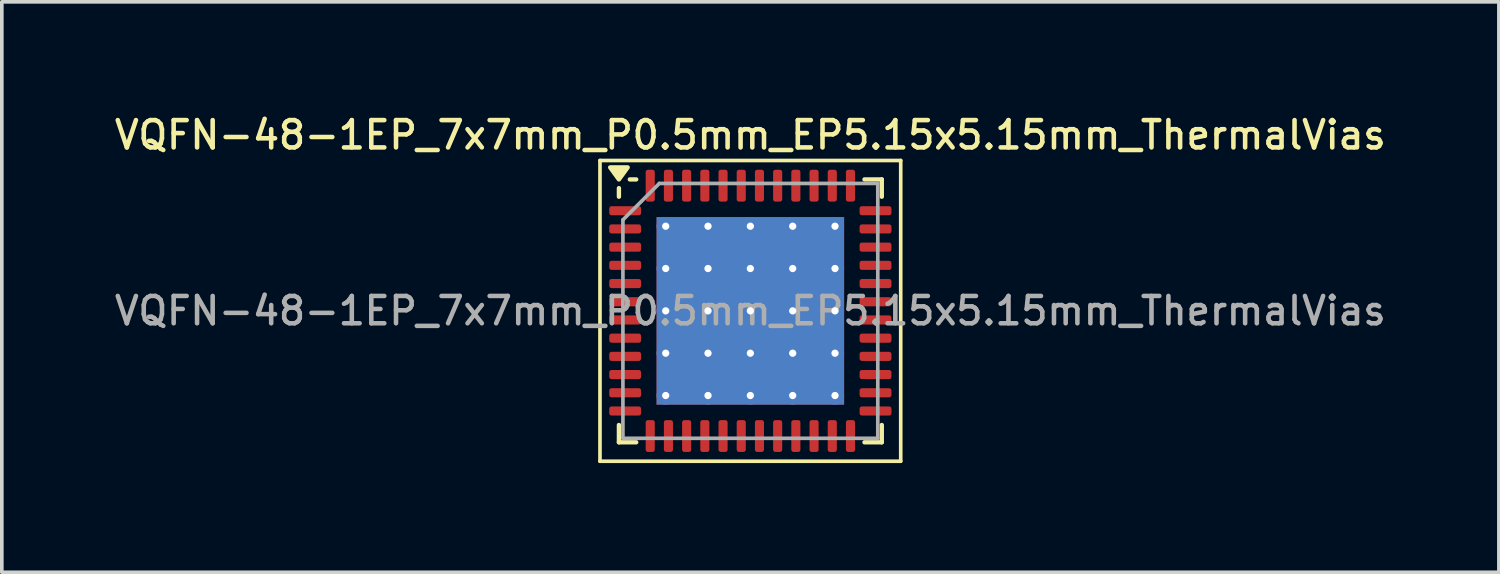
<source format=kicad_pcb>
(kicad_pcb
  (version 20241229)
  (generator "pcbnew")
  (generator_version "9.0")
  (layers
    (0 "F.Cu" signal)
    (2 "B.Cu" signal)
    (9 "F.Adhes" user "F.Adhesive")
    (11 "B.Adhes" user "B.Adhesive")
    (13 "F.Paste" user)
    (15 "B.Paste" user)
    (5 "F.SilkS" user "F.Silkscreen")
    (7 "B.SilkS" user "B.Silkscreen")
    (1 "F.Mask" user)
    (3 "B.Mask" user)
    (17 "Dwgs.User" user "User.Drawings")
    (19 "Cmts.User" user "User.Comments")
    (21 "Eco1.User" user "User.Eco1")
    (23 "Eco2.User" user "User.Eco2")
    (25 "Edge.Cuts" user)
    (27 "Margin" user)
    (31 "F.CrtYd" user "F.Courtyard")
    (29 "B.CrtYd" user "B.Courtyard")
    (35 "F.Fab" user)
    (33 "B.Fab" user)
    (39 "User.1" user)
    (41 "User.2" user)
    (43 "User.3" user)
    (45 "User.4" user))
  (footprint "VQFN-48-1EP_7x7mm_P0.5mm_EP5.15x5.15mm_ThermalVias"
    (layer "F.Cu")
    (at 17.559 5.488)
    (property "Reference" "VQFN-48-1EP_7x7mm_P0.5mm_EP5.15x5.15mm_ThermalVias" (at 0 -4.83 0) (layer "F.SilkS") (effects (font (size 0.75 0.75) (thickness 0.125))))
    (attr smd)
    (fp_line (start -4.13 -4.13) (end -4.13 4.13) (stroke (width 0.1) (type solid)) (layer "F.SilkS"))
    (fp_line (start -4.13 4.13) (end 4.13 4.13) (stroke (width 0.1) (type solid)) (layer "F.SilkS"))
    (fp_line (start -3.61 -3.135) (end -3.61 -3.37) (stroke (width 0.12) (type solid)) (layer "F.SilkS"))
    (fp_line (start -3.61 3.61) (end -3.61 3.135) (stroke (width 0.12) (type solid)) (layer "F.SilkS"))
    (fp_line (start -3.135 -3.61) (end -3.31 -3.61) (stroke (width 0.12) (type solid)) (layer "F.SilkS"))
    (fp_line (start -3.135 3.61) (end -3.61 3.61) (stroke (width 0.12) (type solid)) (layer "F.SilkS"))
    (fp_line (start 3.135 -3.61) (end 3.61 -3.61) (stroke (width 0.12) (type solid)) (layer "F.SilkS"))
    (fp_line (start 3.135 3.61) (end 3.61 3.61) (stroke (width 0.12) (type solid)) (layer "F.SilkS"))
    (fp_line (start 3.61 -3.61) (end 3.61 -3.135) (stroke (width 0.12) (type solid)) (layer "F.SilkS"))
    (fp_line (start 3.61 3.61) (end 3.61 3.135) (stroke (width 0.12) (type solid)) (layer "F.SilkS"))
    (fp_line (start 4.13 -4.13) (end -4.13 -4.13) (stroke (width 0.1) (type solid)) (layer "F.SilkS"))
    (fp_line (start 4.13 4.13) (end 4.13 -4.13) (stroke (width 0.1) (type solid)) (layer "F.SilkS"))
    (fp_poly (pts (xy -3.61 -3.61) (xy -3.85 -3.94) (xy -3.37 -3.94) (xy -3.61 -3.61)) (stroke (width 0.12) (type solid)) (fill yes) (layer "F.SilkS"))
    (fp_line (start -3.5 -2.5) (end -2.5 -3.5) (stroke (width 0.1) (type solid)) (layer "F.Fab"))
    (fp_line (start -3.5 3.5) (end -3.5 -2.5) (stroke (width 0.1) (type solid)) (layer "F.Fab"))
    (fp_line (start -2.5 -3.5) (end 3.5 -3.5) (stroke (width 0.1) (type solid)) (layer "F.Fab"))
    (fp_line (start 3.5 -3.5) (end 3.5 3.5) (stroke (width 0.1) (type solid)) (layer "F.Fab"))
    (fp_line (start 3.5 3.5) (end -3.5 3.5) (stroke (width 0.1) (type solid)) (layer "F.Fab"))
    (fp_text user "${REFERENCE}" (at 0 0 0) (layer "F.Fab") (effects (font (size 0.75 0.75) (thickness 0.125))))
    (pad "" smd roundrect (at -1.29 -1.29) (size 2.08 2.08) (layers "F.Paste") (roundrect_rratio 0.12))
    (pad "" smd roundrect (at -1.29 1.29) (size 2.08 2.08) (layers "F.Paste") (roundrect_rratio 0.12))
    (pad "" smd roundrect (at 1.29 -1.29) (size 2.08 2.08) (layers "F.Paste") (roundrect_rratio 0.12))
    (pad "" smd roundrect (at 1.29 1.29) (size 2.08 2.08) (layers "F.Paste") (roundrect_rratio 0.12))
    (pad "1" smd roundrect (at -3.438 -2.75) (size 0.875 0.25) (layers "F.Cu" "F.Mask" "F.Paste") (roundrect_rratio 0.25))
    (pad "2" smd roundrect (at -3.438 -2.25) (size 0.875 0.25) (layers "F.Cu" "F.Mask" "F.Paste") (roundrect_rratio 0.25))
    (pad "3" smd roundrect (at -3.438 -1.75) (size 0.875 0.25) (layers "F.Cu" "F.Mask" "F.Paste") (roundrect_rratio 0.25))
    (pad "4" smd roundrect (at -3.438 -1.25) (size 0.875 0.25) (layers "F.Cu" "F.Mask" "F.Paste") (roundrect_rratio 0.25))
    (pad "5" smd roundrect (at -3.438 -0.75) (size 0.875 0.25) (layers "F.Cu" "F.Mask" "F.Paste") (roundrect_rratio 0.25))
    (pad "6" smd roundrect (at -3.438 -0.25) (size 0.875 0.25) (layers "F.Cu" "F.Mask" "F.Paste") (roundrect_rratio 0.25))
    (pad "7" smd roundrect (at -3.438 0.25) (size 0.875 0.25) (layers "F.Cu" "F.Mask" "F.Paste") (roundrect_rratio 0.25))
    (pad "8" smd roundrect (at -3.438 0.75) (size 0.875 0.25) (layers "F.Cu" "F.Mask" "F.Paste") (roundrect_rratio 0.25))
    (pad "9" smd roundrect (at -3.438 1.25) (size 0.875 0.25) (layers "F.Cu" "F.Mask" "F.Paste") (roundrect_rratio 0.25))
    (pad "10" smd roundrect (at -3.438 1.75) (size 0.875 0.25) (layers "F.Cu" "F.Mask" "F.Paste") (roundrect_rratio 0.25))
    (pad "11" smd roundrect (at -3.438 2.25) (size 0.875 0.25) (layers "F.Cu" "F.Mask" "F.Paste") (roundrect_rratio 0.25))
    (pad "12" smd roundrect (at -3.438 2.75) (size 0.875 0.25) (layers "F.Cu" "F.Mask" "F.Paste") (roundrect_rratio 0.25))
    (pad "13" smd roundrect (at -2.75 3.438) (size 0.25 0.875) (layers "F.Cu" "F.Mask" "F.Paste") (roundrect_rratio 0.25))
    (pad "14" smd roundrect (at -2.25 3.438) (size 0.25 0.875) (layers "F.Cu" "F.Mask" "F.Paste") (roundrect_rratio 0.25))
    (pad "15" smd roundrect (at -1.75 3.438) (size 0.25 0.875) (layers "F.Cu" "F.Mask" "F.Paste") (roundrect_rratio 0.25))
    (pad "16" smd roundrect (at -1.25 3.438) (size 0.25 0.875) (layers "F.Cu" "F.Mask" "F.Paste") (roundrect_rratio 0.25))
    (pad "17" smd roundrect (at -0.75 3.438) (size 0.25 0.875) (layers "F.Cu" "F.Mask" "F.Paste") (roundrect_rratio 0.25))
    (pad "18" smd roundrect (at -0.25 3.438) (size 0.25 0.875) (layers "F.Cu" "F.Mask" "F.Paste") (roundrect_rratio 0.25))
    (pad "19" smd roundrect (at 0.25 3.438) (size 0.25 0.875) (layers "F.Cu" "F.Mask" "F.Paste") (roundrect_rratio 0.25))
    (pad "20" smd roundrect (at 0.75 3.438) (size 0.25 0.875) (layers "F.Cu" "F.Mask" "F.Paste") (roundrect_rratio 0.25))
    (pad "21" smd roundrect (at 1.25 3.438) (size 0.25 0.875) (layers "F.Cu" "F.Mask" "F.Paste") (roundrect_rratio 0.25))
    (pad "22" smd roundrect (at 1.75 3.438) (size 0.25 0.875) (layers "F.Cu" "F.Mask" "F.Paste") (roundrect_rratio 0.25))
    (pad "23" smd roundrect (at 2.25 3.438) (size 0.25 0.875) (layers "F.Cu" "F.Mask" "F.Paste") (roundrect_rratio 0.25))
    (pad "24" smd roundrect (at 2.75 3.438) (size 0.25 0.875) (layers "F.Cu" "F.Mask" "F.Paste") (roundrect_rratio 0.25))
    (pad "25" smd roundrect (at 3.438 2.75) (size 0.875 0.25) (layers "F.Cu" "F.Mask" "F.Paste") (roundrect_rratio 0.25))
    (pad "26" smd roundrect (at 3.438 2.25) (size 0.875 0.25) (layers "F.Cu" "F.Mask" "F.Paste") (roundrect_rratio 0.25))
    (pad "27" smd roundrect (at 3.438 1.75) (size 0.875 0.25) (layers "F.Cu" "F.Mask" "F.Paste") (roundrect_rratio 0.25))
    (pad "28" smd roundrect (at 3.438 1.25) (size 0.875 0.25) (layers "F.Cu" "F.Mask" "F.Paste") (roundrect_rratio 0.25))
    (pad "29" smd roundrect (at 3.438 0.75) (size 0.875 0.25) (layers "F.Cu" "F.Mask" "F.Paste") (roundrect_rratio 0.25))
    (pad "30" smd roundrect (at 3.438 0.25) (size 0.875 0.25) (layers "F.Cu" "F.Mask" "F.Paste") (roundrect_rratio 0.25))
    (pad "31" smd roundrect (at 3.438 -0.25) (size 0.875 0.25) (layers "F.Cu" "F.Mask" "F.Paste") (roundrect_rratio 0.25))
    (pad "32" smd roundrect (at 3.438 -0.75) (size 0.875 0.25) (layers "F.Cu" "F.Mask" "F.Paste") (roundrect_rratio 0.25))
    (pad "33" smd roundrect (at 3.438 -1.25) (size 0.875 0.25) (layers "F.Cu" "F.Mask" "F.Paste") (roundrect_rratio 0.25))
    (pad "34" smd roundrect (at 3.438 -1.75) (size 0.875 0.25) (layers "F.Cu" "F.Mask" "F.Paste") (roundrect_rratio 0.25))
    (pad "35" smd roundrect (at 3.438 -2.25) (size 0.875 0.25) (layers "F.Cu" "F.Mask" "F.Paste") (roundrect_rratio 0.25))
    (pad "36" smd roundrect (at 3.438 -2.75) (size 0.875 0.25) (layers "F.Cu" "F.Mask" "F.Paste") (roundrect_rratio 0.25))
    (pad "37" smd roundrect (at 2.75 -3.438) (size 0.25 0.875) (layers "F.Cu" "F.Mask" "F.Paste") (roundrect_rratio 0.25))
    (pad "38" smd roundrect (at 2.25 -3.438) (size 0.25 0.875) (layers "F.Cu" "F.Mask" "F.Paste") (roundrect_rratio 0.25))
    (pad "39" smd roundrect (at 1.75 -3.438) (size 0.25 0.875) (layers "F.Cu" "F.Mask" "F.Paste") (roundrect_rratio 0.25))
    (pad "40" smd roundrect (at 1.25 -3.438) (size 0.25 0.875) (layers "F.Cu" "F.Mask" "F.Paste") (roundrect_rratio 0.25))
    (pad "41" smd roundrect (at 0.75 -3.438) (size 0.25 0.875) (layers "F.Cu" "F.Mask" "F.Paste") (roundrect_rratio 0.25))
    (pad "42" smd roundrect (at 0.25 -3.438) (size 0.25 0.875) (layers "F.Cu" "F.Mask" "F.Paste") (roundrect_rratio 0.25))
    (pad "43" smd roundrect (at -0.25 -3.438) (size 0.25 0.875) (layers "F.Cu" "F.Mask" "F.Paste") (roundrect_rratio 0.25))
    (pad "44" smd roundrect (at -0.75 -3.438) (size 0.25 0.875) (layers "F.Cu" "F.Mask" "F.Paste") (roundrect_rratio 0.25))
    (pad "45" smd roundrect (at -1.25 -3.438) (size 0.25 0.875) (layers "F.Cu" "F.Mask" "F.Paste") (roundrect_rratio 0.25))
    (pad "46" smd roundrect (at -1.75 -3.438) (size 0.25 0.875) (layers "F.Cu" "F.Mask" "F.Paste") (roundrect_rratio 0.25))
    (pad "47" smd roundrect (at -2.25 -3.438) (size 0.25 0.875) (layers "F.Cu" "F.Mask" "F.Paste") (roundrect_rratio 0.25))
    (pad "48" smd roundrect (at -2.75 -3.438) (size 0.25 0.875) (layers "F.Cu" "F.Mask" "F.Paste") (roundrect_rratio 0.25))
    (pad "49" thru_hole circle (at -2.325 -2.325) (size 0.5 0.5) (drill 0.2) (property pad_prop_heatsink) (layers "*.Cu"))
    (pad "49" thru_hole circle (at -2.325 -1.163) (size 0.5 0.5) (drill 0.2) (property pad_prop_heatsink) (layers "*.Cu"))
    (pad "49" thru_hole circle (at -2.325 0) (size 0.5 0.5) (drill 0.2) (property pad_prop_heatsink) (layers "*.Cu"))
    (pad "49" thru_hole circle (at -2.325 1.163) (size 0.5 0.5) (drill 0.2) (property pad_prop_heatsink) (layers "*.Cu"))
    (pad "49" thru_hole circle (at -2.325 2.325) (size 0.5 0.5) (drill 0.2) (property pad_prop_heatsink) (layers "*.Cu"))
    (pad "49" thru_hole circle (at -1.163 -2.325) (size 0.5 0.5) (drill 0.2) (property pad_prop_heatsink) (layers "*.Cu"))
    (pad "49" thru_hole circle (at -1.163 -1.163) (size 0.5 0.5) (drill 0.2) (property pad_prop_heatsink) (layers "*.Cu"))
    (pad "49" thru_hole circle (at -1.163 0) (size 0.5 0.5) (drill 0.2) (property pad_prop_heatsink) (layers "*.Cu"))
    (pad "49" thru_hole circle (at -1.163 1.163) (size 0.5 0.5) (drill 0.2) (property pad_prop_heatsink) (layers "*.Cu"))
    (pad "49" thru_hole circle (at -1.163 2.325) (size 0.5 0.5) (drill 0.2) (property pad_prop_heatsink) (layers "*.Cu"))
    (pad "49" thru_hole circle (at 0 -2.325) (size 0.5 0.5) (drill 0.2) (property pad_prop_heatsink) (layers "*.Cu"))
    (pad "49" thru_hole circle (at 0 -1.163) (size 0.5 0.5) (drill 0.2) (property pad_prop_heatsink) (layers "*.Cu"))
    (pad "49" thru_hole circle (at 0 0) (size 0.5 0.5) (drill 0.2) (property pad_prop_heatsink) (layers "*.Cu"))
    (pad "49" smd rect (at 0 0) (size 5.15 5.15) (property pad_prop_heatsink) (layers "F.Cu" "F.Mask"))
    (pad "49" smd rect (at 0 0) (size 5.15 5.15) (property pad_prop_heatsink) (layers "B.Cu"))
    (pad "49" thru_hole circle (at 0 1.163) (size 0.5 0.5) (drill 0.2) (property pad_prop_heatsink) (layers "*.Cu"))
    (pad "49" thru_hole circle (at 0 2.325) (size 0.5 0.5) (drill 0.2) (property pad_prop_heatsink) (layers "*.Cu"))
    (pad "49" thru_hole circle (at 1.163 -2.325) (size 0.5 0.5) (drill 0.2) (property pad_prop_heatsink) (layers "*.Cu"))
    (pad "49" thru_hole circle (at 1.163 -1.163) (size 0.5 0.5) (drill 0.2) (property pad_prop_heatsink) (layers "*.Cu"))
    (pad "49" thru_hole circle (at 1.163 0) (size 0.5 0.5) (drill 0.2) (property pad_prop_heatsink) (layers "*.Cu"))
    (pad "49" thru_hole circle (at 1.163 1.163) (size 0.5 0.5) (drill 0.2) (property pad_prop_heatsink) (layers "*.Cu"))
    (pad "49" thru_hole circle (at 1.163 2.325) (size 0.5 0.5) (drill 0.2) (property pad_prop_heatsink) (layers "*.Cu"))
    (pad "49" thru_hole circle (at 2.325 -2.325) (size 0.5 0.5) (drill 0.2) (property pad_prop_heatsink) (layers "*.Cu"))
    (pad "49" thru_hole circle (at 2.325 -1.163) (size 0.5 0.5) (drill 0.2) (property pad_prop_heatsink) (layers "*.Cu"))
    (pad "49" thru_hole circle (at 2.325 0) (size 0.5 0.5) (drill 0.2) (property pad_prop_heatsink) (layers "*.Cu"))
    (pad "49" thru_hole circle (at 2.325 1.163) (size 0.5 0.5) (drill 0.2) (property pad_prop_heatsink) (layers "*.Cu"))
    (pad "49" thru_hole circle (at 2.325 2.325) (size 0.5 0.5) (drill 0.2) (property pad_prop_heatsink) (layers "*.Cu")))
  (gr_rect
    (start -3 -3)
    (end 38.118 12.668)
    (stroke (width 0.1) (type default))
    (fill no)
    (layer "Edge.Cuts")))
</source>
